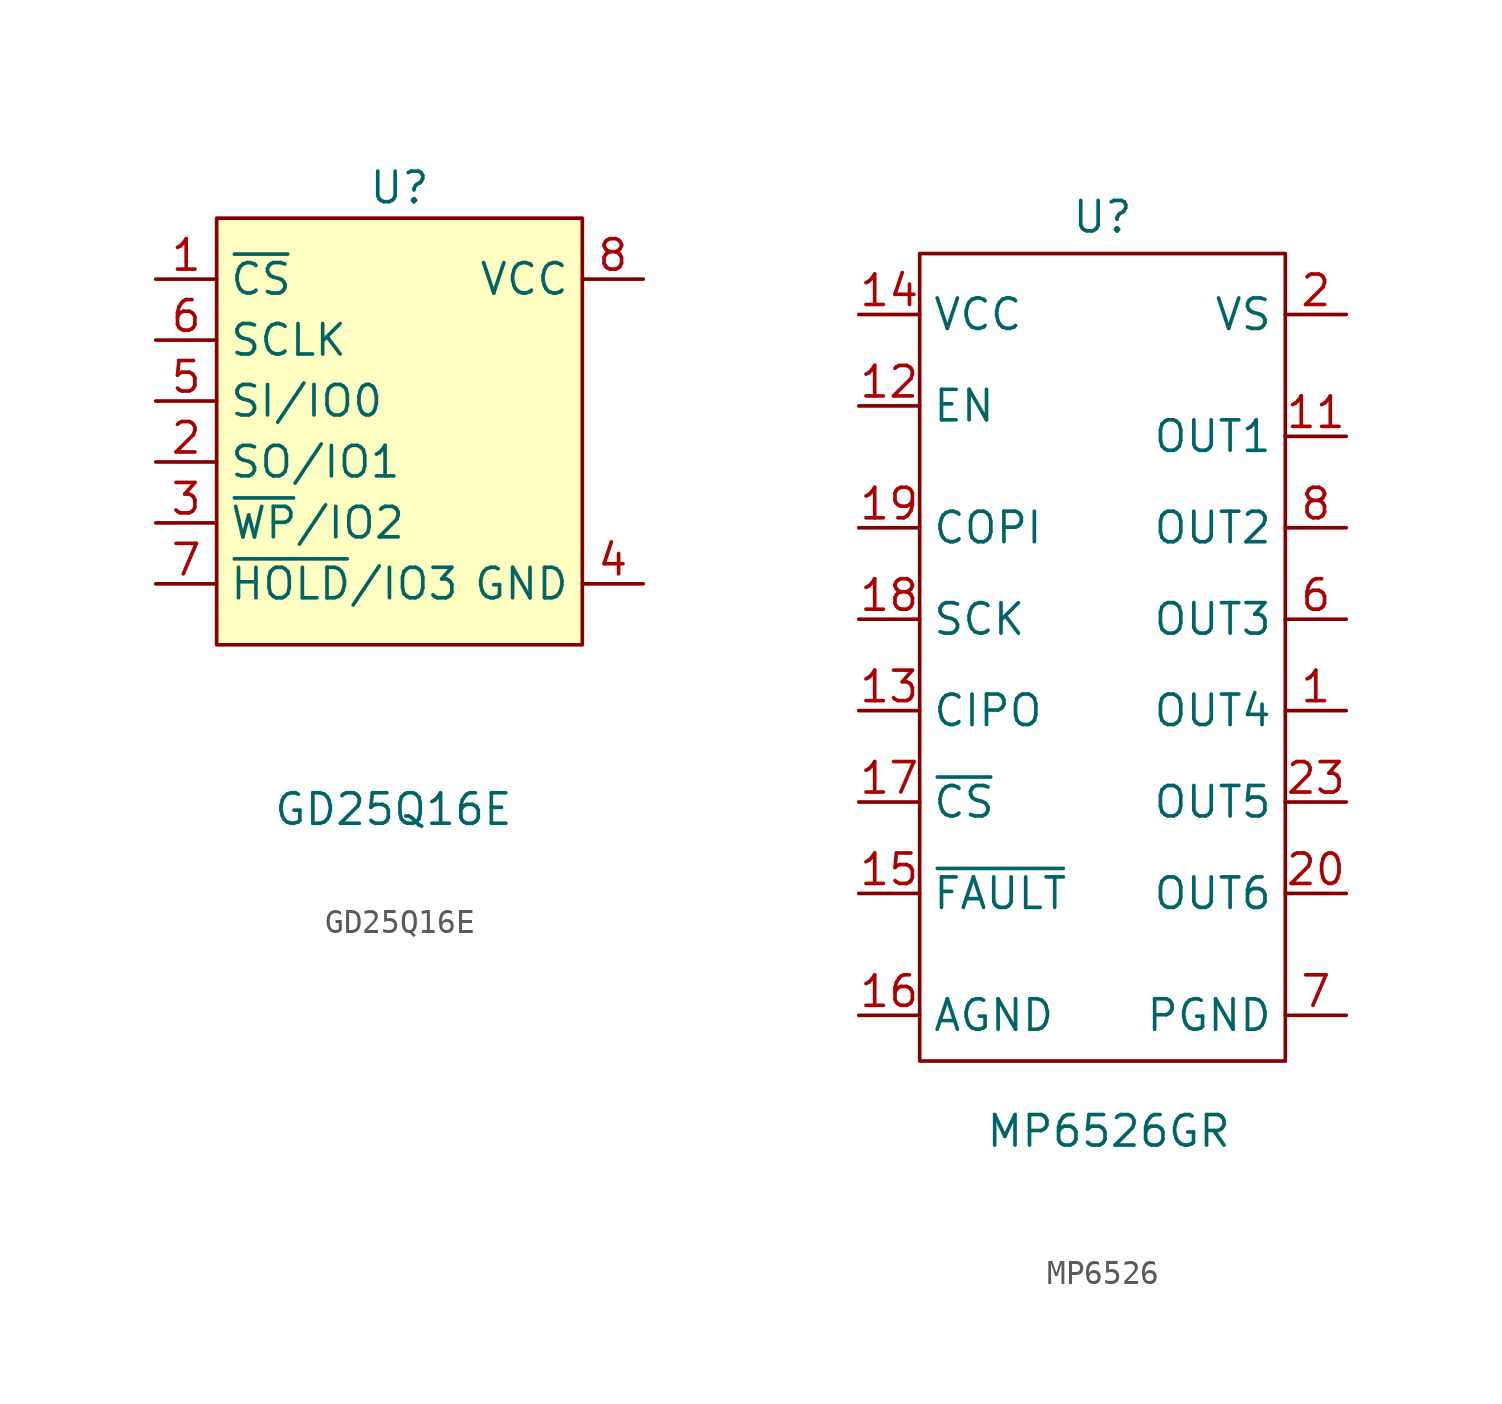
<source format=kicad_sym>
(kicad_symbol_lib
  (version 20231120)
  (generator "kicad_symbol_editor")
  (generator_version "8.0")
  (symbol "GD25Q16E"
    (property "Reference" "U"
      (at 0 10.16 0)
      (effects (font (size 1.27 1.27))))
    (property "Value" "GD25Q16E"
      (at -0.254 -15.748 0)
      (effects (font (size 1.27 1.27))))
    (symbol "GD25Q16E_1_1"
      (rectangle (start -7.62 8.89) (end 7.62 -8.89) (stroke (width 0) (type default)) (fill (type background)))
      (pin input line (at -10.16 6.35 0) (length 2.54) (name "~{CS}" (effects (font (size 1.27 1.27)))) (number "1" (effects (font (size 1.27 1.27)))))
      (pin bidirectional line (at -10.16 -1.27 0) (length 2.54) (name "SO/IO1" (effects (font (size 1.27 1.27)))) (number "2" (effects (font (size 1.27 1.27)))))
      (pin bidirectional line (at -10.16 -3.81 0) (length 2.54) (name "~{WP}/IO2" (effects (font (size 1.27 1.27)))) (number "3" (effects (font (size 1.27 1.27)))))
      (pin power_in line (at 10.16 -6.35 180) (length 2.54) (name "GND" (effects (font (size 1.27 1.27)))) (number "4" (effects (font (size 1.27 1.27)))))
      (pin bidirectional line (at -10.16 1.27 0) (length 2.54) (name "SI/IO0" (effects (font (size 1.27 1.27)))) (number "5" (effects (font (size 1.27 1.27)))))
      (pin input line (at -10.16 3.81 0) (length 2.54) (name "SCLK" (effects (font (size 1.27 1.27)))) (number "6" (effects (font (size 1.27 1.27)))))
      (pin bidirectional line (at -10.16 -6.35 0) (length 2.54) (name "~{HOLD}/IO3" (effects (font (size 1.27 1.27)))) (number "7" (effects (font (size 1.27 1.27)))))
      (pin power_in line (at 10.16 6.35 180) (length 2.54) (name "VCC" (effects (font (size 1.27 1.27)))) (number "8" (effects (font (size 1.27 1.27)))))
      (pin passive line (at 10.16 -6.35 180) (length 2.54) hide (name "EPAD" (effects (font (size 1.27 1.27)))) (number "9" (effects (font (size 1.27 1.27)))))))
  (symbol "MP6526"
    (property "Reference" "U"
      (at 0 18.034 0)
      (effects (font (size 1.27 1.27))))
    (property "Value" "MP6526GR"
      (at 0.254 -20.066 0)
      (effects (font (size 1.27 1.27))))
    (symbol "MP6526_0_1"
      (rectangle (start -7.62 16.51) (end 7.62 -17.145) (stroke (width 0) (type default)) (fill (type none))))
    (symbol "MP6526_1_1"
      (pin output line (at 10.16 -2.54 180) (length 2.54) (name "OUT4" (effects (font (size 1.27 1.27)))) (number "1" (effects (font (size 1.27 1.27)))))
      (pin power_in line (at 10.16 -15.24 180) (length 2.54) hide (name "PGND" (effects (font (size 1.27 1.27)))) (number "10" (effects (font (size 1.27 1.27)))))
      (pin output line (at 10.16 8.89 180) (length 2.54) (name "OUT1" (effects (font (size 1.27 1.27)))) (number "11" (effects (font (size 1.27 1.27)))))
      (pin input line (at -10.16 10.16 0) (length 2.54) (name "EN" (effects (font (size 1.27 1.27)))) (number "12" (effects (font (size 1.27 1.27)))))
      (pin output line (at -10.16 -2.54 0) (length 2.54) (name "CIPO" (effects (font (size 1.27 1.27)))) (number "13" (effects (font (size 1.27 1.27)))))
      (pin power_in line (at -10.16 13.97 0) (length 2.54) (name "VCC" (effects (font (size 1.27 1.27)))) (number "14" (effects (font (size 1.27 1.27)))))
      (pin output line (at -10.16 -10.16 0) (length 2.54) (name "~{FAULT}" (effects (font (size 1.27 1.27)))) (number "15" (effects (font (size 1.27 1.27)))))
      (pin input line (at -10.16 -15.24 0) (length 2.54) (name "AGND" (effects (font (size 1.27 1.27)))) (number "16" (effects (font (size 1.27 1.27)))))
      (pin input line (at -10.16 -6.35 0) (length 2.54) (name "~{CS}" (effects (font (size 1.27 1.27)))) (number "17" (effects (font (size 1.27 1.27)))))
      (pin input line (at -10.16 1.27 0) (length 2.54) (name "SCK" (effects (font (size 1.27 1.27)))) (number "18" (effects (font (size 1.27 1.27)))))
      (pin input line (at -10.16 5.08 0) (length 2.54) (name "COPI" (effects (font (size 1.27 1.27)))) (number "19" (effects (font (size 1.27 1.27)))))
      (pin power_in line (at 10.16 13.97 180) (length 2.54) (name "VS" (effects (font (size 1.27 1.27)))) (number "2" (effects (font (size 1.27 1.27)))))
      (pin output line (at 10.16 -10.16 180) (length 2.54) (name "OUT6" (effects (font (size 1.27 1.27)))) (number "20" (effects (font (size 1.27 1.27)))))
      (pin power_in line (at 10.16 -15.24 180) (length 2.54) hide (name "PGND" (effects (font (size 1.27 1.27)))) (number "21" (effects (font (size 1.27 1.27)))))
      (pin power_in line (at 10.16 -15.24 180) (length 2.54) hide (name "PGND" (effects (font (size 1.27 1.27)))) (number "22" (effects (font (size 1.27 1.27)))))
      (pin output line (at 10.16 -6.35 180) (length 2.54) (name "OUT5" (effects (font (size 1.27 1.27)))) (number "23" (effects (font (size 1.27 1.27)))))
      (pin power_in line (at 10.16 -15.24 180) (length 2.54) hide (name "PGND" (effects (font (size 1.27 1.27)))) (number "24" (effects (font (size 1.27 1.27)))))
      (pin passive line (at 10.16 -15.24 180) (length 2.54) hide (name "EPAD" (effects (font (size 1.27 1.27)))) (number "25" (effects (font (size 1.27 1.27)))))
      (pin power_in line (at 10.16 13.97 180) (length 2.54) hide (name "VS" (effects (font (size 1.27 1.27)))) (number "3" (effects (font (size 1.27 1.27)))))
      (pin power_in line (at 10.16 13.97 180) (length 2.54) hide (name "VS" (effects (font (size 1.27 1.27)))) (number "4" (effects (font (size 1.27 1.27)))))
      (pin power_in line (at 10.16 13.97 180) (length 2.54) hide (name "VS" (effects (font (size 1.27 1.27)))) (number "5" (effects (font (size 1.27 1.27)))))
      (pin output line (at 10.16 1.27 180) (length 2.54) (name "OUT3" (effects (font (size 1.27 1.27)))) (number "6" (effects (font (size 1.27 1.27)))))
      (pin power_in line (at 10.16 -15.24 180) (length 2.54) (name "PGND" (effects (font (size 1.27 1.27)))) (number "7" (effects (font (size 1.27 1.27)))))
      (pin output line (at 10.16 5.08 180) (length 2.54) (name "OUT2" (effects (font (size 1.27 1.27)))) (number "8" (effects (font (size 1.27 1.27)))))
      (pin power_in line (at 10.16 -15.24 180) (length 2.54) hide (name "PGND" (effects (font (size 1.27 1.27)))) (number "9" (effects (font (size 1.27 1.27))))))))
</source>
